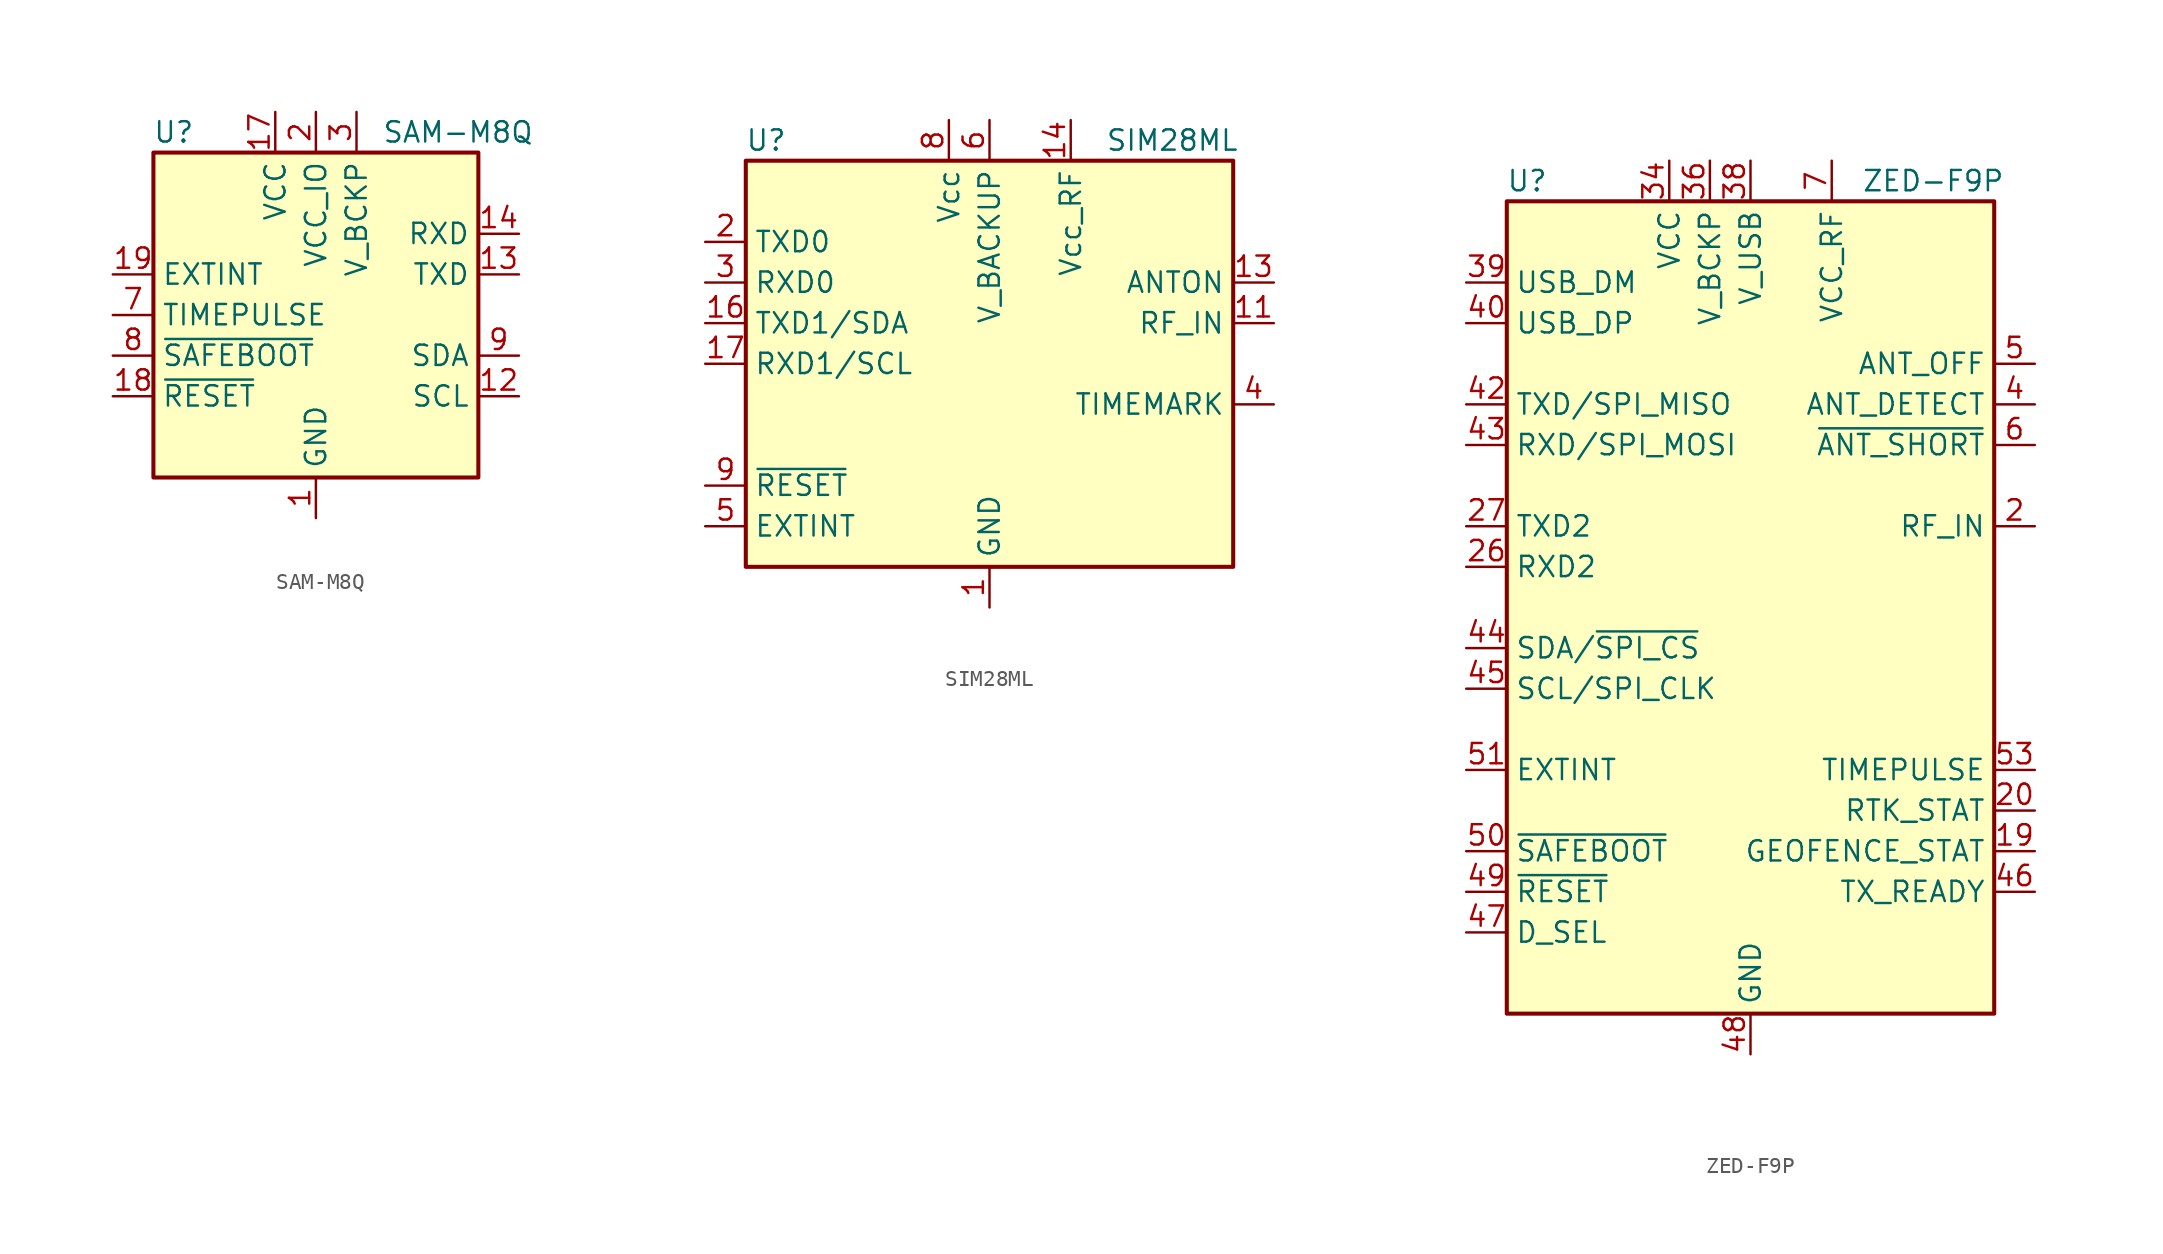
<source format=kicad_sym>
(kicad_symbol_lib
  (version 20211014)
  (generator kicad_symbol_editor)
  (symbol "SAM-M8Q"
    (property "Reference" "U"
      (at -8.89 11.43 0)
      (effects (font (size 1.27 1.27))))
    (property "Value" "SAM-M8Q"
      (at 8.89 11.43 0)
      (effects (font (size 1.27 1.27))))
    (symbol "SAM-M8Q_0_1"
      (rectangle (start -10.16 10.16) (end 10.16 -10.16) (stroke (width 0.254) (type default) (color 0 0 0 0)) (fill (type background))))
    (symbol "SAM-M8Q_1_1"
      (pin power_in line (at 0 -12.7 90) (length 2.54) (name "GND" (effects (font (size 1.27 1.27)))) (number "1" (effects (font (size 1.27 1.27)))))
      (pin passive line (at 0 -12.7 90) (length 2.54) hide (name "GND" (effects (font (size 1.27 1.27)))) (number "10" (effects (font (size 1.27 1.27)))))
      (pin passive line (at 0 -12.7 90) (length 2.54) hide (name "GND" (effects (font (size 1.27 1.27)))) (number "11" (effects (font (size 1.27 1.27)))))
      (pin input line (at 12.7 -5.08 180) (length 2.54) (name "SCL" (effects (font (size 1.27 1.27)))) (number "12" (effects (font (size 1.27 1.27)))))
      (pin output line (at 12.7 2.54 180) (length 2.54) (name "TXD" (effects (font (size 1.27 1.27)))) (number "13" (effects (font (size 1.27 1.27)))))
      (pin input line (at 12.7 5.08 180) (length 2.54) (name "RXD" (effects (font (size 1.27 1.27)))) (number "14" (effects (font (size 1.27 1.27)))))
      (pin passive line (at 0 -12.7 90) (length 2.54) hide (name "GND" (effects (font (size 1.27 1.27)))) (number "15" (effects (font (size 1.27 1.27)))))
      (pin passive line (at 0 -12.7 90) (length 2.54) hide (name "GND" (effects (font (size 1.27 1.27)))) (number "16" (effects (font (size 1.27 1.27)))))
      (pin power_in line (at -2.54 12.7 270) (length 2.54) (name "VCC" (effects (font (size 1.27 1.27)))) (number "17" (effects (font (size 1.27 1.27)))))
      (pin input line (at -12.7 -5.08 0) (length 2.54) (name "~{RESET}" (effects (font (size 1.27 1.27)))) (number "18" (effects (font (size 1.27 1.27)))))
      (pin input line (at -12.7 2.54 0) (length 2.54) (name "EXTINT" (effects (font (size 1.27 1.27)))) (number "19" (effects (font (size 1.27 1.27)))))
      (pin power_in line (at 0 12.7 270) (length 2.54) (name "VCC_IO" (effects (font (size 1.27 1.27)))) (number "2" (effects (font (size 1.27 1.27)))))
      (pin passive line (at 0 -12.7 90) (length 2.54) hide (name "GND" (effects (font (size 1.27 1.27)))) (number "20" (effects (font (size 1.27 1.27)))))
      (pin power_in line (at 2.54 12.7 270) (length 2.54) (name "V_BCKP" (effects (font (size 1.27 1.27)))) (number "3" (effects (font (size 1.27 1.27)))))
      (pin passive line (at 0 -12.7 90) (length 2.54) hide (name "GND" (effects (font (size 1.27 1.27)))) (number "4" (effects (font (size 1.27 1.27)))))
      (pin passive line (at 0 -12.7 90) (length 2.54) hide (name "GND" (effects (font (size 1.27 1.27)))) (number "5" (effects (font (size 1.27 1.27)))))
      (pin passive line (at 0 -12.7 90) (length 2.54) hide (name "GND" (effects (font (size 1.27 1.27)))) (number "6" (effects (font (size 1.27 1.27)))))
      (pin output line (at -12.7 0 0) (length 2.54) (name "TIMEPULSE" (effects (font (size 1.27 1.27)))) (number "7" (effects (font (size 1.27 1.27)))))
      (pin input line (at -12.7 -2.54 0) (length 2.54) (name "~{SAFEBOOT}" (effects (font (size 1.27 1.27)))) (number "8" (effects (font (size 1.27 1.27)))))
      (pin bidirectional line (at 12.7 -2.54 180) (length 2.54) (name "SDA" (effects (font (size 1.27 1.27)))) (number "9" (effects (font (size 1.27 1.27)))))))
  (symbol "SIM28ML"
    (property "Reference" "U"
      (at -13.97 13.97 0)
      (effects (font (size 1.27 1.27))))
    (property "Value" "SIM28ML"
      (at 11.43 13.97 0)
      (effects (font (size 1.27 1.27))))
    (symbol "SIM28ML_0_1"
      (rectangle (start -15.24 12.7) (end 15.24 -12.7) (stroke (width 0.254) (type default) (color 0 0 0 0)) (fill (type background))))
    (symbol "SIM28ML_1_1"
      (pin power_in line (at 0 -15.24 90) (length 2.54) (name "GND" (effects (font (size 1.27 1.27)))) (number "1" (effects (font (size 1.27 1.27)))))
      (pin passive line (at 0 -15.24 90) (length 2.54) hide (name "GND" (effects (font (size 1.27 1.27)))) (number "10" (effects (font (size 1.27 1.27)))))
      (pin input line (at 17.78 2.54 180) (length 2.54) (name "RF_IN" (effects (font (size 1.27 1.27)))) (number "11" (effects (font (size 1.27 1.27)))))
      (pin passive line (at 0 -15.24 90) (length 2.54) hide (name "GND" (effects (font (size 1.27 1.27)))) (number "12" (effects (font (size 1.27 1.27)))))
      (pin power_out line (at 17.78 5.08 180) (length 2.54) (name "ANTON" (effects (font (size 1.27 1.27)))) (number "13" (effects (font (size 1.27 1.27)))))
      (pin power_out line (at 5.08 15.24 270) (length 2.54) (name "Vcc_RF" (effects (font (size 1.27 1.27)))) (number "14" (effects (font (size 1.27 1.27)))))
      (pin no_connect line (at 15.24 -7.62 180) (length 2.54) hide (name "NC" (effects (font (size 1.27 1.27)))) (number "15" (effects (font (size 1.27 1.27)))))
      (pin bidirectional line (at -17.78 2.54 0) (length 2.54) (name "TXD1/SDA" (effects (font (size 1.27 1.27)))) (number "16" (effects (font (size 1.27 1.27)))))
      (pin input line (at -17.78 0 0) (length 2.54) (name "RXD1/SCL" (effects (font (size 1.27 1.27)))) (number "17" (effects (font (size 1.27 1.27)))))
      (pin no_connect line (at 15.24 -10.16 180) (length 2.54) hide (name "NC" (effects (font (size 1.27 1.27)))) (number "18" (effects (font (size 1.27 1.27)))))
      (pin output line (at -17.78 7.62 0) (length 2.54) (name "TXD0" (effects (font (size 1.27 1.27)))) (number "2" (effects (font (size 1.27 1.27)))))
      (pin input line (at -17.78 5.08 0) (length 2.54) (name "RXD0" (effects (font (size 1.27 1.27)))) (number "3" (effects (font (size 1.27 1.27)))))
      (pin output line (at 17.78 -2.54 180) (length 2.54) (name "TIMEMARK" (effects (font (size 1.27 1.27)))) (number "4" (effects (font (size 1.27 1.27)))))
      (pin input line (at -17.78 -10.16 0) (length 2.54) (name "EXTINT" (effects (font (size 1.27 1.27)))) (number "5" (effects (font (size 1.27 1.27)))))
      (pin power_in line (at 0 15.24 270) (length 2.54) (name "V_BACKUP" (effects (font (size 1.27 1.27)))) (number "6" (effects (font (size 1.27 1.27)))))
      (pin no_connect line (at 15.24 -5.08 180) (length 2.54) hide (name "NC" (effects (font (size 1.27 1.27)))) (number "7" (effects (font (size 1.27 1.27)))))
      (pin power_in line (at -2.54 15.24 270) (length 2.54) (name "Vcc" (effects (font (size 1.27 1.27)))) (number "8" (effects (font (size 1.27 1.27)))))
      (pin input line (at -17.78 -7.62 0) (length 2.54) (name "~{RESET}" (effects (font (size 1.27 1.27)))) (number "9" (effects (font (size 1.27 1.27)))))))
  (symbol "ZED-F9P"
    (property "Reference" "U"
      (at -13.97 26.67 0)
      (effects (font (size 1.27 1.27))))
    (property "Value" "ZED-F9P"
      (at 11.43 26.67 0)
      (effects (font (size 1.27 1.27))))
    (symbol "ZED-F9P_0_1"
      (rectangle (start -15.24 25.4) (end 15.24 -25.4) (stroke (width 0.254) (type default) (color 0 0 0 0)) (fill (type background))))
    (symbol "ZED-F9P_1_1"
      (pin passive line (at 0 -27.94 90) (length 2.54) hide (name "GND" (effects (font (size 1.27 1.27)))) (number "1" (effects (font (size 1.27 1.27)))))
      (pin no_connect line (at -15.24 7.62 0) (length 2.54) hide (name "Reserved" (effects (font (size 1.27 1.27)))) (number "10" (effects (font (size 1.27 1.27)))))
      (pin no_connect line (at -15.24 0 0) (length 2.54) hide (name "Reserved" (effects (font (size 1.27 1.27)))) (number "11" (effects (font (size 1.27 1.27)))))
      (pin passive line (at 0 -27.94 90) (length 2.54) hide (name "GND" (effects (font (size 1.27 1.27)))) (number "12" (effects (font (size 1.27 1.27)))))
      (pin no_connect line (at -15.24 -7.62 0) (length 2.54) hide (name "Reserved" (effects (font (size 1.27 1.27)))) (number "13" (effects (font (size 1.27 1.27)))))
      (pin passive line (at 0 -27.94 90) (length 2.54) hide (name "GND" (effects (font (size 1.27 1.27)))) (number "14" (effects (font (size 1.27 1.27)))))
      (pin no_connect line (at -15.24 -12.7 0) (length 2.54) hide (name "Reserved" (effects (font (size 1.27 1.27)))) (number "15" (effects (font (size 1.27 1.27)))))
      (pin no_connect line (at -7.62 -25.4 90) (length 2.54) hide (name "Reserved" (effects (font (size 1.27 1.27)))) (number "16" (effects (font (size 1.27 1.27)))))
      (pin no_connect line (at -5.08 -25.4 90) (length 2.54) hide (name "Reserved" (effects (font (size 1.27 1.27)))) (number "17" (effects (font (size 1.27 1.27)))))
      (pin no_connect line (at -2.54 -25.4 90) (length 2.54) hide (name "Reserved" (effects (font (size 1.27 1.27)))) (number "18" (effects (font (size 1.27 1.27)))))
      (pin output line (at 17.78 -15.24 180) (length 2.54) (name "GEOFENCE_STAT" (effects (font (size 1.27 1.27)))) (number "19" (effects (font (size 1.27 1.27)))))
      (pin input line (at 17.78 5.08 180) (length 2.54) (name "RF_IN" (effects (font (size 1.27 1.27)))) (number "2" (effects (font (size 1.27 1.27)))))
      (pin output line (at 17.78 -12.7 180) (length 2.54) (name "RTK_STAT" (effects (font (size 1.27 1.27)))) (number "20" (effects (font (size 1.27 1.27)))))
      (pin no_connect line (at 2.54 -25.4 90) (length 2.54) hide (name "Reserved" (effects (font (size 1.27 1.27)))) (number "21" (effects (font (size 1.27 1.27)))))
      (pin no_connect line (at 5.08 -25.4 90) (length 2.54) hide (name "Reserved" (effects (font (size 1.27 1.27)))) (number "22" (effects (font (size 1.27 1.27)))))
      (pin no_connect line (at 7.62 -25.4 90) (length 2.54) hide (name "Reserved" (effects (font (size 1.27 1.27)))) (number "23" (effects (font (size 1.27 1.27)))))
      (pin no_connect line (at 15.24 -7.62 180) (length 2.54) hide (name "Reserved" (effects (font (size 1.27 1.27)))) (number "24" (effects (font (size 1.27 1.27)))))
      (pin no_connect line (at 15.24 -5.08 180) (length 2.54) hide (name "Reserved" (effects (font (size 1.27 1.27)))) (number "25" (effects (font (size 1.27 1.27)))))
      (pin input line (at -17.78 2.54 0) (length 2.54) (name "RXD2" (effects (font (size 1.27 1.27)))) (number "26" (effects (font (size 1.27 1.27)))))
      (pin output line (at -17.78 5.08 0) (length 2.54) (name "TXD2" (effects (font (size 1.27 1.27)))) (number "27" (effects (font (size 1.27 1.27)))))
      (pin no_connect line (at 15.24 -2.54 180) (length 2.54) hide (name "Reserved" (effects (font (size 1.27 1.27)))) (number "28" (effects (font (size 1.27 1.27)))))
      (pin no_connect line (at 15.24 0 180) (length 2.54) hide (name "Reserved" (effects (font (size 1.27 1.27)))) (number "29" (effects (font (size 1.27 1.27)))))
      (pin passive line (at 0 -27.94 90) (length 2.54) hide (name "GND" (effects (font (size 1.27 1.27)))) (number "3" (effects (font (size 1.27 1.27)))))
      (pin no_connect line (at 15.24 2.54 180) (length 2.54) hide (name "Reserved" (effects (font (size 1.27 1.27)))) (number "30" (effects (font (size 1.27 1.27)))))
      (pin no_connect line (at 15.24 7.62 180) (length 2.54) hide (name "Reserved" (effects (font (size 1.27 1.27)))) (number "31" (effects (font (size 1.27 1.27)))))
      (pin passive line (at 0 -27.94 90) (length 2.54) hide (name "GND" (effects (font (size 1.27 1.27)))) (number "32" (effects (font (size 1.27 1.27)))))
      (pin passive line (at -5.08 27.94 270) (length 2.54) hide (name "VCC" (effects (font (size 1.27 1.27)))) (number "33" (effects (font (size 1.27 1.27)))))
      (pin power_in line (at -5.08 27.94 270) (length 2.54) (name "VCC" (effects (font (size 1.27 1.27)))) (number "34" (effects (font (size 1.27 1.27)))))
      (pin no_connect line (at 15.24 17.78 180) (length 2.54) hide (name "Reserved" (effects (font (size 1.27 1.27)))) (number "35" (effects (font (size 1.27 1.27)))))
      (pin power_in line (at -2.54 27.94 270) (length 2.54) (name "V_BCKP" (effects (font (size 1.27 1.27)))) (number "36" (effects (font (size 1.27 1.27)))))
      (pin passive line (at 0 -27.94 90) (length 2.54) hide (name "GND" (effects (font (size 1.27 1.27)))) (number "37" (effects (font (size 1.27 1.27)))))
      (pin power_in line (at 0 27.94 270) (length 2.54) (name "V_USB" (effects (font (size 1.27 1.27)))) (number "38" (effects (font (size 1.27 1.27)))))
      (pin bidirectional line (at -17.78 20.32 0) (length 2.54) (name "USB_DM" (effects (font (size 1.27 1.27)))) (number "39" (effects (font (size 1.27 1.27)))))
      (pin input line (at 17.78 12.7 180) (length 2.54) (name "ANT_DETECT" (effects (font (size 1.27 1.27)))) (number "4" (effects (font (size 1.27 1.27)))))
      (pin bidirectional line (at -17.78 17.78 0) (length 2.54) (name "USB_DP" (effects (font (size 1.27 1.27)))) (number "40" (effects (font (size 1.27 1.27)))))
      (pin passive line (at 0 -27.94 90) (length 2.54) hide (name "GND" (effects (font (size 1.27 1.27)))) (number "41" (effects (font (size 1.27 1.27)))))
      (pin output line (at -17.78 12.7 0) (length 2.54) (name "TXD/SPI_MISO" (effects (font (size 1.27 1.27)))) (number "42" (effects (font (size 1.27 1.27)))))
      (pin input line (at -17.78 10.16 0) (length 2.54) (name "RXD/SPI_MOSI" (effects (font (size 1.27 1.27)))) (number "43" (effects (font (size 1.27 1.27)))))
      (pin bidirectional line (at -17.78 -2.54 0) (length 2.54) (name "SDA/~{SPI_CS}" (effects (font (size 1.27 1.27)))) (number "44" (effects (font (size 1.27 1.27)))))
      (pin bidirectional line (at -17.78 -5.08 0) (length 2.54) (name "SCL/SPI_CLK" (effects (font (size 1.27 1.27)))) (number "45" (effects (font (size 1.27 1.27)))))
      (pin output line (at 17.78 -17.78 180) (length 2.54) (name "TX_READY" (effects (font (size 1.27 1.27)))) (number "46" (effects (font (size 1.27 1.27)))))
      (pin input line (at -17.78 -20.32 0) (length 2.54) (name "D_SEL" (effects (font (size 1.27 1.27)))) (number "47" (effects (font (size 1.27 1.27)))))
      (pin power_in line (at 0 -27.94 90) (length 2.54) (name "GND" (effects (font (size 1.27 1.27)))) (number "48" (effects (font (size 1.27 1.27)))))
      (pin input line (at -17.78 -17.78 0) (length 2.54) (name "~{RESET}" (effects (font (size 1.27 1.27)))) (number "49" (effects (font (size 1.27 1.27)))))
      (pin output line (at 17.78 15.24 180) (length 2.54) (name "ANT_OFF" (effects (font (size 1.27 1.27)))) (number "5" (effects (font (size 1.27 1.27)))))
      (pin input line (at -17.78 -15.24 0) (length 2.54) (name "~{SAFEBOOT}" (effects (font (size 1.27 1.27)))) (number "50" (effects (font (size 1.27 1.27)))))
      (pin input line (at -17.78 -10.16 0) (length 2.54) (name "EXTINT" (effects (font (size 1.27 1.27)))) (number "51" (effects (font (size 1.27 1.27)))))
      (pin no_connect line (at 15.24 20.32 180) (length 2.54) hide (name "Reserved" (effects (font (size 1.27 1.27)))) (number "52" (effects (font (size 1.27 1.27)))))
      (pin output line (at 17.78 -10.16 180) (length 2.54) (name "TIMEPULSE" (effects (font (size 1.27 1.27)))) (number "53" (effects (font (size 1.27 1.27)))))
      (pin no_connect line (at 15.24 22.86 180) (length 2.54) hide (name "Reserved" (effects (font (size 1.27 1.27)))) (number "54" (effects (font (size 1.27 1.27)))))
      (pin passive line (at 0 -27.94 90) (length 2.54) hide (name "GND" (effects (font (size 1.27 1.27)))) (number "55" (effects (font (size 1.27 1.27)))))
      (pin input line (at 17.78 10.16 180) (length 2.54) (name "~{ANT_SHORT}" (effects (font (size 1.27 1.27)))) (number "6" (effects (font (size 1.27 1.27)))))
      (pin power_out line (at 5.08 27.94 270) (length 2.54) (name "VCC_RF" (effects (font (size 1.27 1.27)))) (number "7" (effects (font (size 1.27 1.27)))))
      (pin no_connect line (at -15.24 22.86 0) (length 2.54) hide (name "Reserved" (effects (font (size 1.27 1.27)))) (number "8" (effects (font (size 1.27 1.27)))))
      (pin no_connect line (at -15.24 15.24 0) (length 2.54) hide (name "Reserved" (effects (font (size 1.27 1.27)))) (number "9" (effects (font (size 1.27 1.27))))))))
</source>
